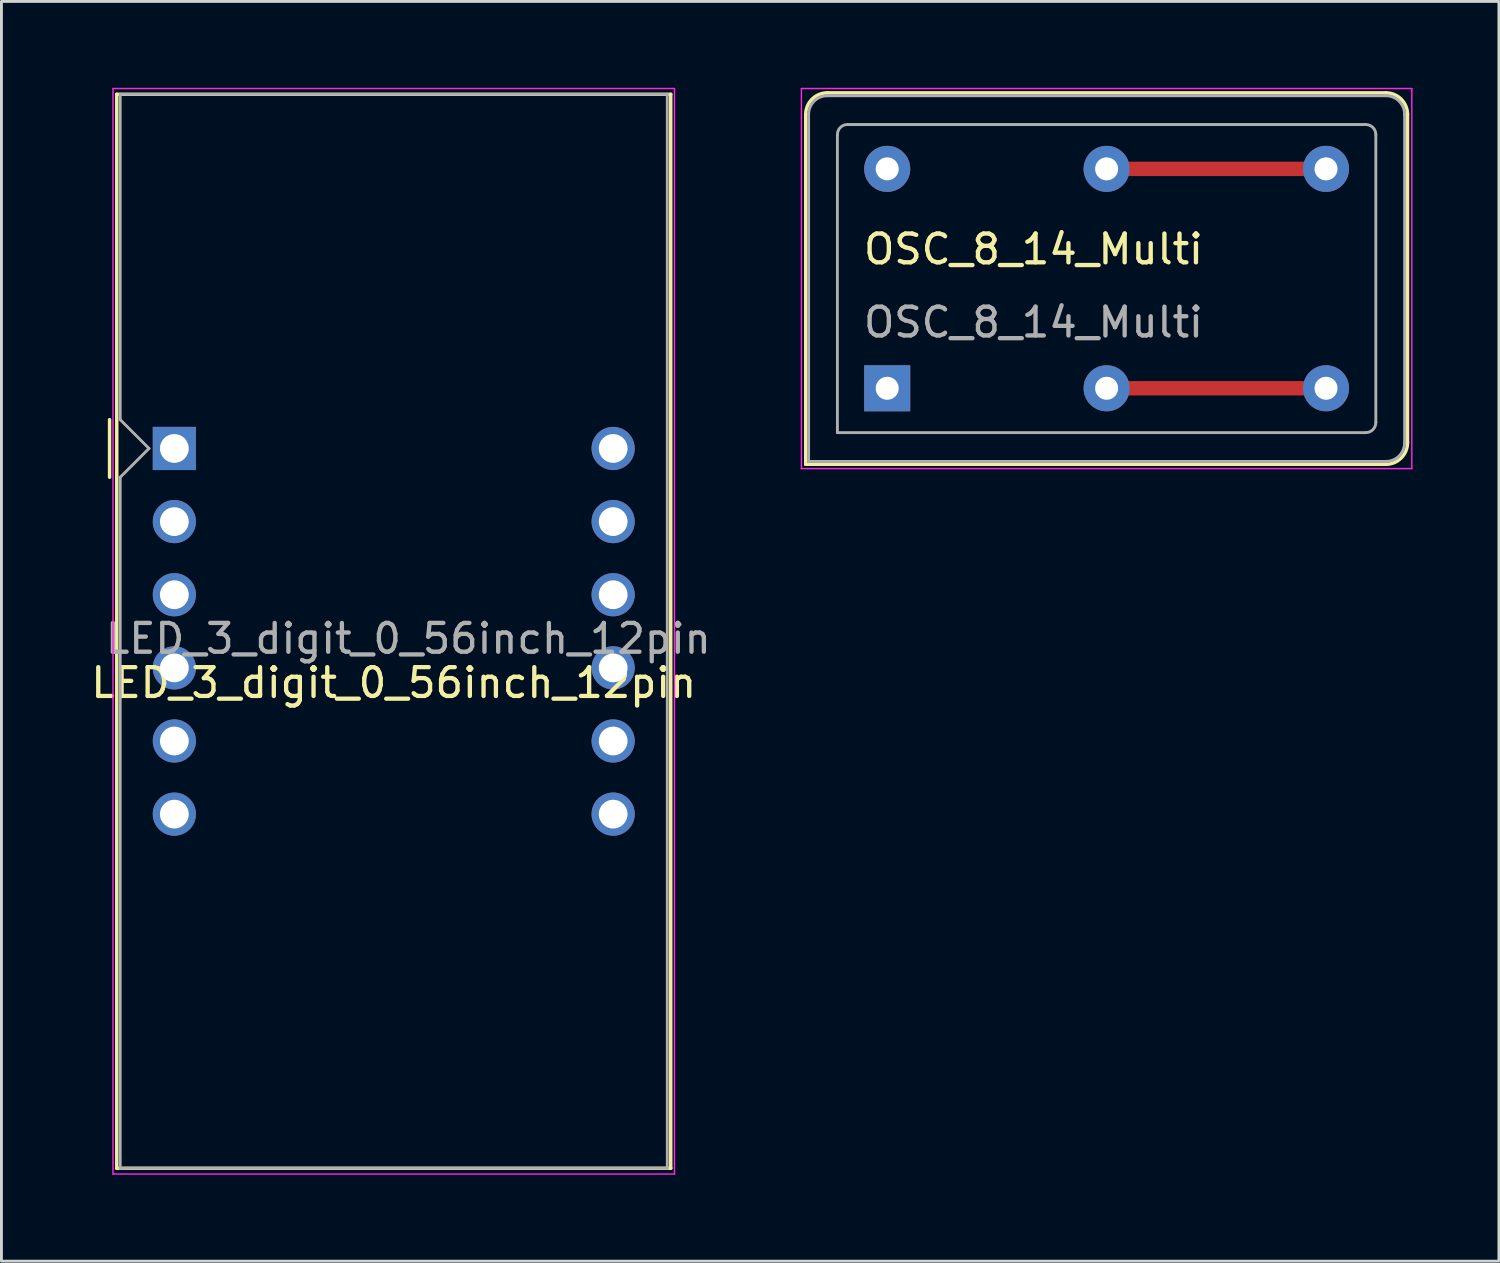
<source format=kicad_pcb>
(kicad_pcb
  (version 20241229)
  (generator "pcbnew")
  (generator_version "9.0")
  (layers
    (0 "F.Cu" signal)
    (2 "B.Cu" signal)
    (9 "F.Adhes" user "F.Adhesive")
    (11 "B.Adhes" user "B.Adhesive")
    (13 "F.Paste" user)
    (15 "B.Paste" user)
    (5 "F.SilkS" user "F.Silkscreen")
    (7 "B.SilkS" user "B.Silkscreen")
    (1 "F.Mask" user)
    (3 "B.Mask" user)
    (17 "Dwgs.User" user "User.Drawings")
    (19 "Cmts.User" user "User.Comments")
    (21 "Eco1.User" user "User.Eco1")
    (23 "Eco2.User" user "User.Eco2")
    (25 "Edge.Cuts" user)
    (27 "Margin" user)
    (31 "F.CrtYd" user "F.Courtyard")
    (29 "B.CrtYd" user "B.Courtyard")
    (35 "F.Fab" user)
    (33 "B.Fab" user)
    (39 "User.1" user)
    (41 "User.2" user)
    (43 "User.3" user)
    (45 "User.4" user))
  (footprint "OSC_8_14_Multi"
    (layer "F.Cu")
    (at 35.383 5.355)
    (property "Reference" "OSC_8_14_Multi" (at -2.54 0.25 0) (unlocked yes) (layer "F.SilkS") (effects (font (size 1 1) (thickness 0.15))))
    (attr through_hole)
    (fp_line (start 0.8 -2.54) (end 6.82 -2.54) (stroke (width 0.5) (type solid)) (layer "F.Cu"))
    (fp_line (start 6.82 5.08) (end 0.8 5.08) (stroke (width 0.5) (type solid)) (layer "F.Cu"))
    (fp_line (start -10.45 -4.43) (end -10.45 7.72) (stroke (width 0.12) (type solid)) (layer "F.SilkS"))
    (fp_line (start -10.45 7.72) (end 9.7 7.72) (stroke (width 0.12) (type solid)) (layer "F.SilkS"))
    (fp_line (start 9.7 -5.18) (end -9.7 -5.18) (stroke (width 0.12) (type solid)) (layer "F.SilkS"))
    (fp_line (start 10.45 6.97) (end 10.45 -4.43) (stroke (width 0.12) (type solid)) (layer "F.SilkS"))
    (fp_arc (start -10.45 -4.43) (mid -10.23033 -4.96033) (end -9.7 -5.18) (stroke (width 0.12) (type solid)) (layer "F.SilkS"))
    (fp_arc (start 9.7 -5.18) (mid 10.23033 -4.96033) (end 10.45 -4.43) (stroke (width 0.12) (type solid)) (layer "F.SilkS"))
    (fp_arc (start 10.45 6.97) (mid 10.23033 7.50033) (end 9.7 7.72) (stroke (width 0.12) (type solid)) (layer "F.SilkS"))
    (fp_line (start -10.6 -5.33) (end -10.6 7.87) (stroke (width 0.05) (type solid)) (layer "F.CrtYd"))
    (fp_line (start -10.6 7.87) (end 10.6 7.87) (stroke (width 0.05) (type solid)) (layer "F.CrtYd"))
    (fp_line (start 10.6 -5.33) (end -10.6 -5.33) (stroke (width 0.05) (type solid)) (layer "F.CrtYd"))
    (fp_line (start 10.6 7.87) (end 10.6 -5.33) (stroke (width 0.05) (type solid)) (layer "F.CrtYd"))
    (fp_line (start -10.35 7.62) (end -10.35 -4.43) (stroke (width 0.1) (type solid)) (layer "F.Fab"))
    (fp_line (start -10.35 7.62) (end 9.7 7.62) (stroke (width 0.1) (type solid)) (layer "F.Fab"))
    (fp_line (start -9.7 -5.08) (end 9.7 -5.08) (stroke (width 0.1) (type solid)) (layer "F.Fab"))
    (fp_line (start -9.35 6.62) (end -9.35 -3.73) (stroke (width 0.1) (type solid)) (layer "F.Fab"))
    (fp_line (start -9.35 6.62) (end 9 6.62) (stroke (width 0.1) (type solid)) (layer "F.Fab"))
    (fp_line (start -9 -4.08) (end 9 -4.08) (stroke (width 0.1) (type solid)) (layer "F.Fab"))
    (fp_line (start 9.35 6.27) (end 9.35 -3.73) (stroke (width 0.1) (type solid)) (layer "F.Fab"))
    (fp_line (start 10.35 -4.43) (end 10.35 6.97) (stroke (width 0.1) (type solid)) (layer "F.Fab"))
    (fp_arc (start -10.35 -4.43) (mid -10.159619 -4.889619) (end -9.7 -5.08) (stroke (width 0.1) (type solid)) (layer "F.Fab"))
    (fp_arc (start -9.35 -3.73) (mid -9.247487 -3.977487) (end -9 -4.08) (stroke (width 0.1) (type solid)) (layer "F.Fab"))
    (fp_arc (start 9 -4.08) (mid 9.247487 -3.977487) (end 9.35 -3.73) (stroke (width 0.1) (type solid)) (layer "F.Fab"))
    (fp_arc (start 9.35 6.27) (mid 9.247487 6.517487) (end 9 6.62) (stroke (width 0.1) (type solid)) (layer "F.Fab"))
    (fp_arc (start 9.7 -5.08) (mid 10.159619 -4.889619) (end 10.35 -4.43) (stroke (width 0.1) (type solid)) (layer "F.Fab"))
    (fp_arc (start 10.35 6.97) (mid 10.159619 7.429619) (end 9.7 7.62) (stroke (width 0.1) (type solid)) (layer "F.Fab"))
    (fp_text user "${REFERENCE}" (at -2.54 2.79 0) (layer "F.Fab") (effects (font (size 1 1) (thickness 0.15))))
    (pad "" thru_hole circle (at 0 -2.54) (size 1.6 1.6) (drill 0.8) (layers "*.Cu" "*.Mask"))
    (pad "" thru_hole circle (at 0 5.08) (size 1.6 1.6) (drill 0.8) (layers "*.Cu" "*.Mask"))
    (pad "1" thru_hole rect (at -7.62 5.08) (size 1.6 1.6) (drill 0.8) (layers "*.Cu" "*.Mask"))
    (pad "7" thru_hole circle (at 7.62 5.08) (size 1.6 1.6) (drill 0.8) (layers "*.Cu" "*.Mask"))
    (pad "8" thru_hole circle (at 7.62 -2.54) (size 1.6 1.6) (drill 0.8) (layers "*.Cu" "*.Mask"))
    (pad "14" thru_hole circle (at -7.62 -2.54) (size 1.6 1.6) (drill 0.8) (layers "*.Cu" "*.Mask")))
  (footprint "LED_3_digit_0_56inch_12pin"
    (layer "F.Cu")
    (at 10.625 20.145)
    (property "Reference" "LED_3_digit_0_56inch_12pin" (at 0 0.52 0) (unlocked yes) (layer "F.SilkS") (effects (font (size 1 1) (thickness 0.15))))
    (attr exclude_from_pos_files exclude_from_bom)
    (fp_line (start -9.87 -8.62) (end -9.87 -6.62) (stroke (width 0.12) (type solid)) (layer "F.SilkS"))
    (fp_line (start -9.62 -19.92) (end -9.62 17.38) (stroke (width 0.12) (type solid)) (layer "F.SilkS"))
    (fp_line (start -9.62 -19.92) (end 9.62 -19.92) (stroke (width 0.12) (type solid)) (layer "F.SilkS"))
    (fp_line (start -9.62 17.38) (end 9.62 17.38) (stroke (width 0.12) (type solid)) (layer "F.SilkS"))
    (fp_line (start 9.62 17.38) (end 9.62 -19.92) (stroke (width 0.12) (type solid)) (layer "F.SilkS"))
    (fp_line (start -9.75 -20.12) (end 9.75 -20.12) (stroke (width 0.05) (type solid)) (layer "F.CrtYd"))
    (fp_line (start -9.75 17.58) (end -9.75 -20.12) (stroke (width 0.05) (type solid)) (layer "F.CrtYd"))
    (fp_line (start 9.75 -20.12) (end 9.75 17.58) (stroke (width 0.05) (type solid)) (layer "F.CrtYd"))
    (fp_line (start 9.75 17.58) (end -9.75 17.58) (stroke (width 0.05) (type solid)) (layer "F.CrtYd"))
    (fp_line (start -9.5 -19.92) (end 9.5 -19.92) (stroke (width 0.1) (type solid)) (layer "F.Fab"))
    (fp_line (start -9.5 -8.62) (end -9.5 -19.92) (stroke (width 0.1) (type solid)) (layer "F.Fab"))
    (fp_line (start -9.5 -6.62) (end -9.5 17.38) (stroke (width 0.1) (type solid)) (layer "F.Fab"))
    (fp_line (start -9.5 -6.62) (end -8.5 -7.62) (stroke (width 0.1) (type solid)) (layer "F.Fab"))
    (fp_line (start -9.5 17.38) (end 9.5 17.38) (stroke (width 0.1) (type solid)) (layer "F.Fab"))
    (fp_line (start -8.5 -7.62) (end -9.5 -8.62) (stroke (width 0.1) (type solid)) (layer "F.Fab"))
    (fp_line (start 9.5 -19.92) (end 9.5 17.38) (stroke (width 0.1) (type solid)) (layer "F.Fab"))
    (fp_text user "${REFERENCE}" (at 0.508 -1.016 0) (layer "F.Fab") (effects (font (size 1 1) (thickness 0.15))))
    (pad "1" thru_hole rect (at -7.62 -7.62) (size 1.5 1.5) (drill 1) (layers "*.Cu" "*.Mask"))
    (pad "2" thru_hole circle (at -7.62 -5.08) (size 1.5 1.5) (drill 1) (layers "*.Cu" "*.Mask"))
    (pad "3" thru_hole circle (at -7.62 -2.54) (size 1.5 1.5) (drill 1) (layers "*.Cu" "*.Mask"))
    (pad "4" thru_hole circle (at -7.62 0) (size 1.5 1.5) (drill 1) (layers "*.Cu" "*.Mask"))
    (pad "5" thru_hole circle (at -7.62 2.54) (size 1.5 1.5) (drill 1) (layers "*.Cu" "*.Mask"))
    (pad "6" thru_hole circle (at -7.62 5.08) (size 1.5 1.5) (drill 1) (layers "*.Cu" "*.Mask"))
    (pad "7" thru_hole circle (at 7.62 5.08) (size 1.5 1.5) (drill 1) (layers "*.Cu" "*.Mask"))
    (pad "8" thru_hole circle (at 7.62 2.54) (size 1.5 1.5) (drill 1) (layers "*.Cu" "*.Mask"))
    (pad "9" thru_hole circle (at 7.62 0) (size 1.5 1.5) (drill 1) (layers "*.Cu" "*.Mask"))
    (pad "10" thru_hole circle (at 7.62 -2.54) (size 1.5 1.5) (drill 1) (layers "*.Cu" "*.Mask"))
    (pad "11" thru_hole circle (at 7.62 -5.08) (size 1.5 1.5) (drill 1) (layers "*.Cu" "*.Mask"))
    (pad "12" thru_hole circle (at 7.62 -7.62) (size 1.5 1.5) (drill 1) (layers "*.Cu" "*.Mask")))
  (gr_rect
    (start -3 -3)
    (end 49.008 40.75)
    (stroke (width 0.1) (type default))
    (fill no)
    (layer "Edge.Cuts")))
</source>
